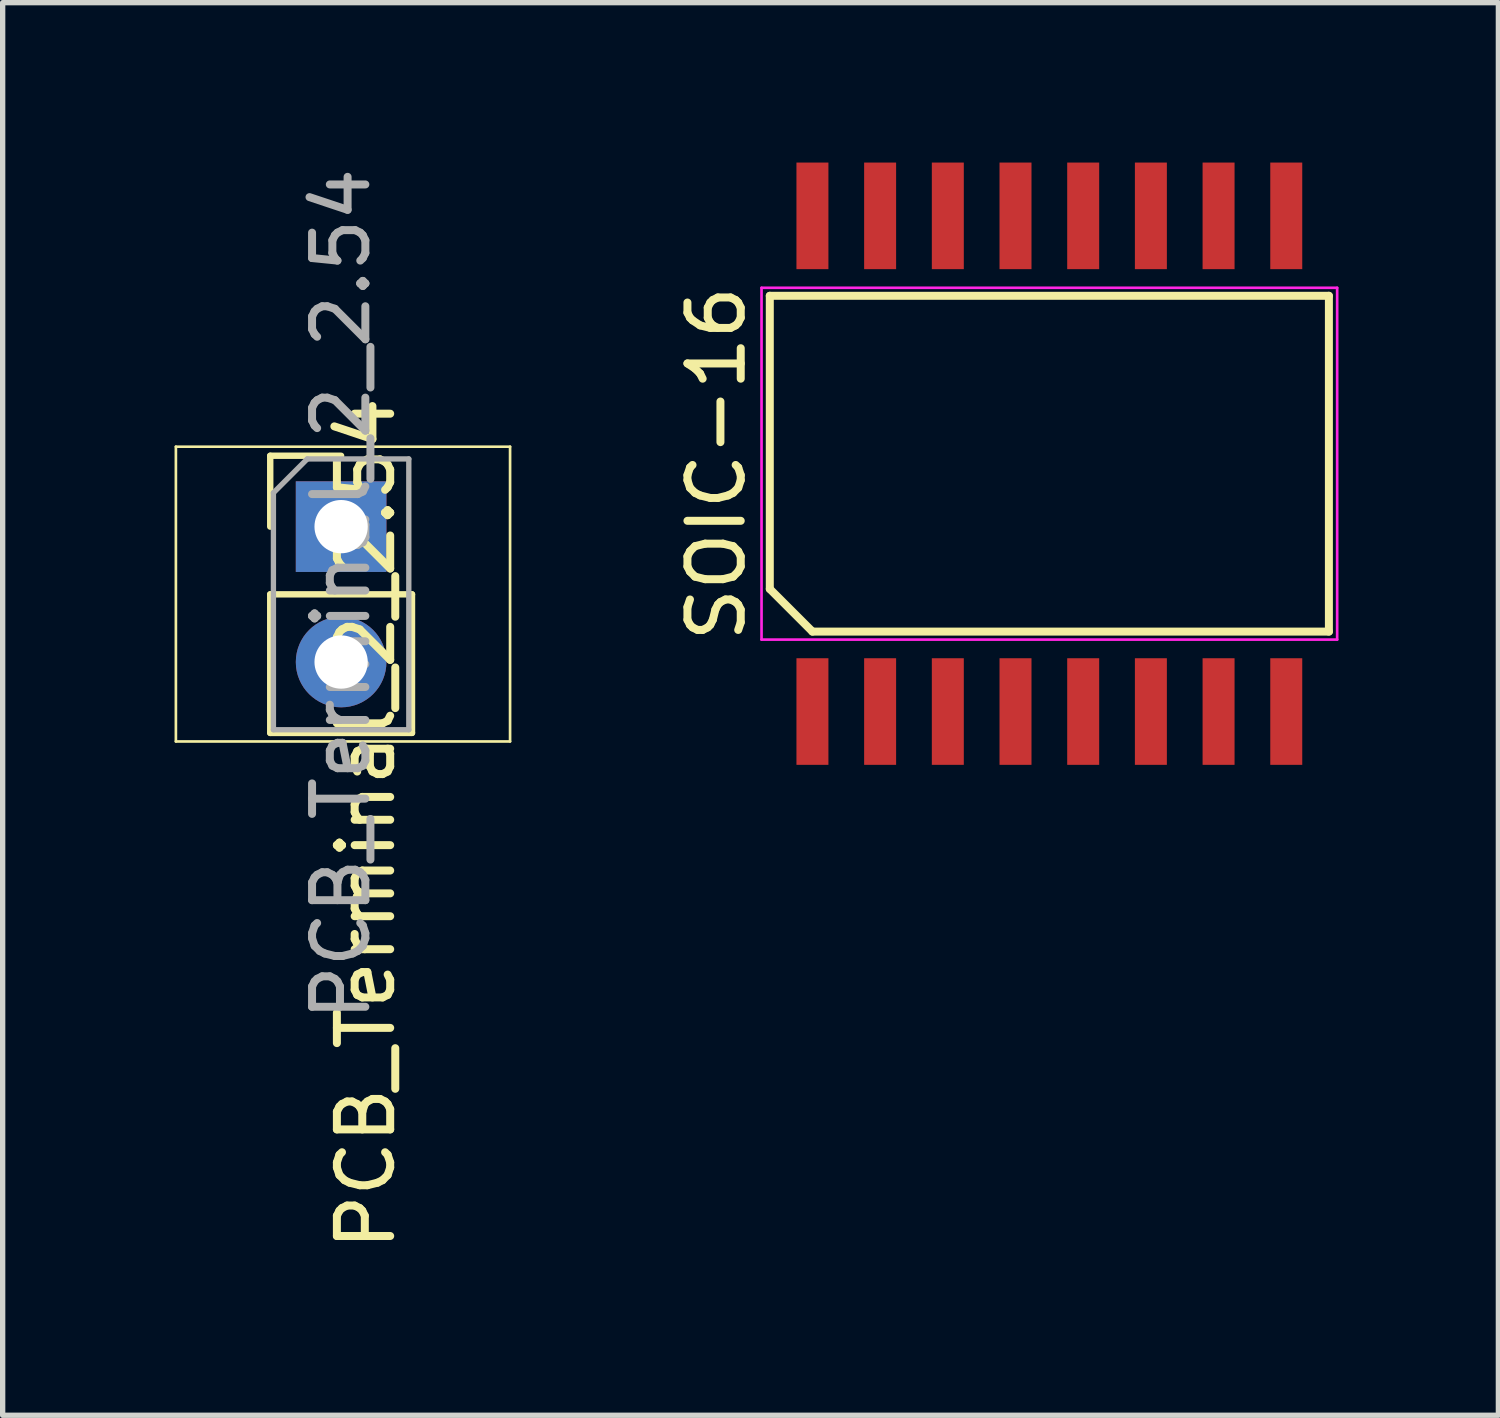
<source format=kicad_pcb>
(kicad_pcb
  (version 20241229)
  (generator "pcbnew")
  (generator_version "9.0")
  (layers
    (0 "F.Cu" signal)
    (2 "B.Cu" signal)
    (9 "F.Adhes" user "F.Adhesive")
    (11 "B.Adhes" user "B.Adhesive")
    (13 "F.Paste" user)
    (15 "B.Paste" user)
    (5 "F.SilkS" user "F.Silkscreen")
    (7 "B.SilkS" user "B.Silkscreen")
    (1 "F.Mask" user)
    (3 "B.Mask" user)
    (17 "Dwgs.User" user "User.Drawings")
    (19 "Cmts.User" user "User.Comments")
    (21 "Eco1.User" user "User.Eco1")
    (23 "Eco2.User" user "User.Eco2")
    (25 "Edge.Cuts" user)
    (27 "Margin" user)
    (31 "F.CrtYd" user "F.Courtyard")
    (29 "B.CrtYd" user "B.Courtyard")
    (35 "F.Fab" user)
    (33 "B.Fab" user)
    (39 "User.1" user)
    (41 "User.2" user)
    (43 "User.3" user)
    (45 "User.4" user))
  (footprint "SOIC-16"
    (layer "F.Cu")
    (at 16.638 5.65)
    (property "Reference" "SOIC-16" (at -6.245 0 90) (layer "F.SilkS") (effects (font (size 1 1) (thickness 0.15))))
    (attr smd)
    (fp_line (start -5.245 -3.15) (end 5.245 -3.15) (stroke (width 0.15) (type solid)) (layer "F.SilkS"))
    (fp_line (start -5.245 2.35) (end -5.245 -3.15) (stroke (width 0.15) (type solid)) (layer "F.SilkS"))
    (fp_line (start -4.445 3.15) (end -5.245 2.35) (stroke (width 0.15) (type solid)) (layer "F.SilkS"))
    (fp_line (start 5.245 -3.15) (end 5.245 3.15) (stroke (width 0.15) (type solid)) (layer "F.SilkS"))
    (fp_line (start 5.245 3.15) (end -4.445 3.15) (stroke (width 0.15) (type solid)) (layer "F.SilkS"))
    (fp_line (start -5.4 -3.3) (end 5.4 -3.3) (stroke (width 0.05) (type solid)) (layer "F.CrtYd"))
    (fp_line (start -5.4 3.3) (end -5.4 -3.3) (stroke (width 0.05) (type solid)) (layer "F.CrtYd"))
    (fp_line (start 5.4 -3.3) (end 5.4 3.3) (stroke (width 0.05) (type solid)) (layer "F.CrtYd"))
    (fp_line (start 5.4 3.3) (end -5.4 3.3) (stroke (width 0.05) (type solid)) (layer "F.CrtYd"))
    (pad "1" smd rect (at -4.445 4.65) (size 0.6 2) (layers "F.Cu" "F.Mask" "F.Paste"))
    (pad "2" smd rect (at -3.175 4.65) (size 0.6 2) (layers "F.Cu" "F.Mask" "F.Paste"))
    (pad "3" smd rect (at -1.905 4.65) (size 0.6 2) (layers "F.Cu" "F.Mask" "F.Paste"))
    (pad "4" smd rect (at -0.635 4.65) (size 0.6 2) (layers "F.Cu" "F.Mask" "F.Paste"))
    (pad "5" smd rect (at 0.635 4.65) (size 0.6 2) (layers "F.Cu" "F.Mask" "F.Paste"))
    (pad "6" smd rect (at 1.905 4.65) (size 0.6 2) (layers "F.Cu" "F.Mask" "F.Paste"))
    (pad "7" smd rect (at 3.175 4.65) (size 0.6 2) (layers "F.Cu" "F.Mask" "F.Paste"))
    (pad "8" smd rect (at 4.445 4.65) (size 0.6 2) (layers "F.Cu" "F.Mask" "F.Paste"))
    (pad "9" smd rect (at 4.445 -4.65) (size 0.6 2) (layers "F.Cu" "F.Mask" "F.Paste"))
    (pad "10" smd rect (at 3.175 -4.65) (size 0.6 2) (layers "F.Cu" "F.Mask" "F.Paste"))
    (pad "11" smd rect (at 1.905 -4.65) (size 0.6 2) (layers "F.Cu" "F.Mask" "F.Paste"))
    (pad "12" smd rect (at 0.635 -4.65) (size 0.6 2) (layers "F.Cu" "F.Mask" "F.Paste"))
    (pad "13" smd rect (at -0.635 -4.65) (size 0.6 2) (layers "F.Cu" "F.Mask" "F.Paste"))
    (pad "14" smd rect (at -1.905 -4.65) (size 0.6 2) (layers "F.Cu" "F.Mask" "F.Paste"))
    (pad "15" smd rect (at -3.175 -4.65) (size 0.6 2) (layers "F.Cu" "F.Mask" "F.Paste"))
    (pad "16" smd rect (at -4.445 -4.65) (size 0.6 2) (layers "F.Cu" "F.Mask" "F.Paste")))
  (footprint "PCB_Terminal_2_2.54"
    (layer "F.Cu")
    (at 0.25 5.331)
    (property "Reference" "PCB_Terminal_2_2.54" (at 3.566 7.071 90) (layer "F.SilkS") (effects (font (size 1 1) (thickness 0.15))))
    (attr through_hole)
    (fp_line (start 0 0) (end 0 5.53) (stroke (width 0.05) (type solid)) (layer "F.SilkS"))
    (fp_line (start 0 5.53) (end 6.27 5.53) (stroke (width 0.05) (type solid)) (layer "F.SilkS"))
    (fp_line (start 1.77 0.17) (end 3.1 0.17) (stroke (width 0.12) (type solid)) (layer "F.SilkS"))
    (fp_line (start 1.77 1.5) (end 1.77 0.17) (stroke (width 0.12) (type solid)) (layer "F.SilkS"))
    (fp_line (start 1.77 2.77) (end 1.77 5.37) (stroke (width 0.12) (type solid)) (layer "F.SilkS"))
    (fp_line (start 1.77 2.77) (end 4.43 2.77) (stroke (width 0.12) (type solid)) (layer "F.SilkS"))
    (fp_line (start 1.77 5.37) (end 4.43 5.37) (stroke (width 0.12) (type solid)) (layer "F.SilkS"))
    (fp_line (start 4.43 2.77) (end 4.43 5.37) (stroke (width 0.12) (type solid)) (layer "F.SilkS"))
    (fp_line (start 6.27 0) (end 0 0) (stroke (width 0.05) (type solid)) (layer "F.SilkS"))
    (fp_line (start 6.27 5.53) (end 6.27 0) (stroke (width 0.05) (type solid)) (layer "F.SilkS"))
    (fp_line (start 1.83 0.865) (end 2.465 0.23) (stroke (width 0.1) (type solid)) (layer "F.Fab"))
    (fp_line (start 1.83 5.31) (end 1.83 0.865) (stroke (width 0.1) (type solid)) (layer "F.Fab"))
    (fp_line (start 2.465 0.23) (end 4.37 0.23) (stroke (width 0.1) (type solid)) (layer "F.Fab"))
    (fp_line (start 4.37 0.23) (end 4.37 5.31) (stroke (width 0.1) (type solid)) (layer "F.Fab"))
    (fp_line (start 4.37 5.31) (end 1.83 5.31) (stroke (width 0.1) (type solid)) (layer "F.Fab"))
    (fp_text user "${REFERENCE}" (at 3.1 2.77 90) (layer "F.Fab") (effects (font (size 1 1) (thickness 0.15))))
    (pad "1" thru_hole rect (at 3.1 1.5) (size 1.7 1.7) (drill 1) (layers "*.Cu" "*.Mask"))
    (pad "2" thru_hole oval (at 3.1 4.04) (size 1.7 1.7) (drill 1) (layers "*.Cu" "*.Mask")))
  (gr_rect
    (start -3 -3)
    (end 25.063 23.504)
    (stroke (width 0.1) (type default))
    (fill no)
    (layer "Edge.Cuts")))
</source>
